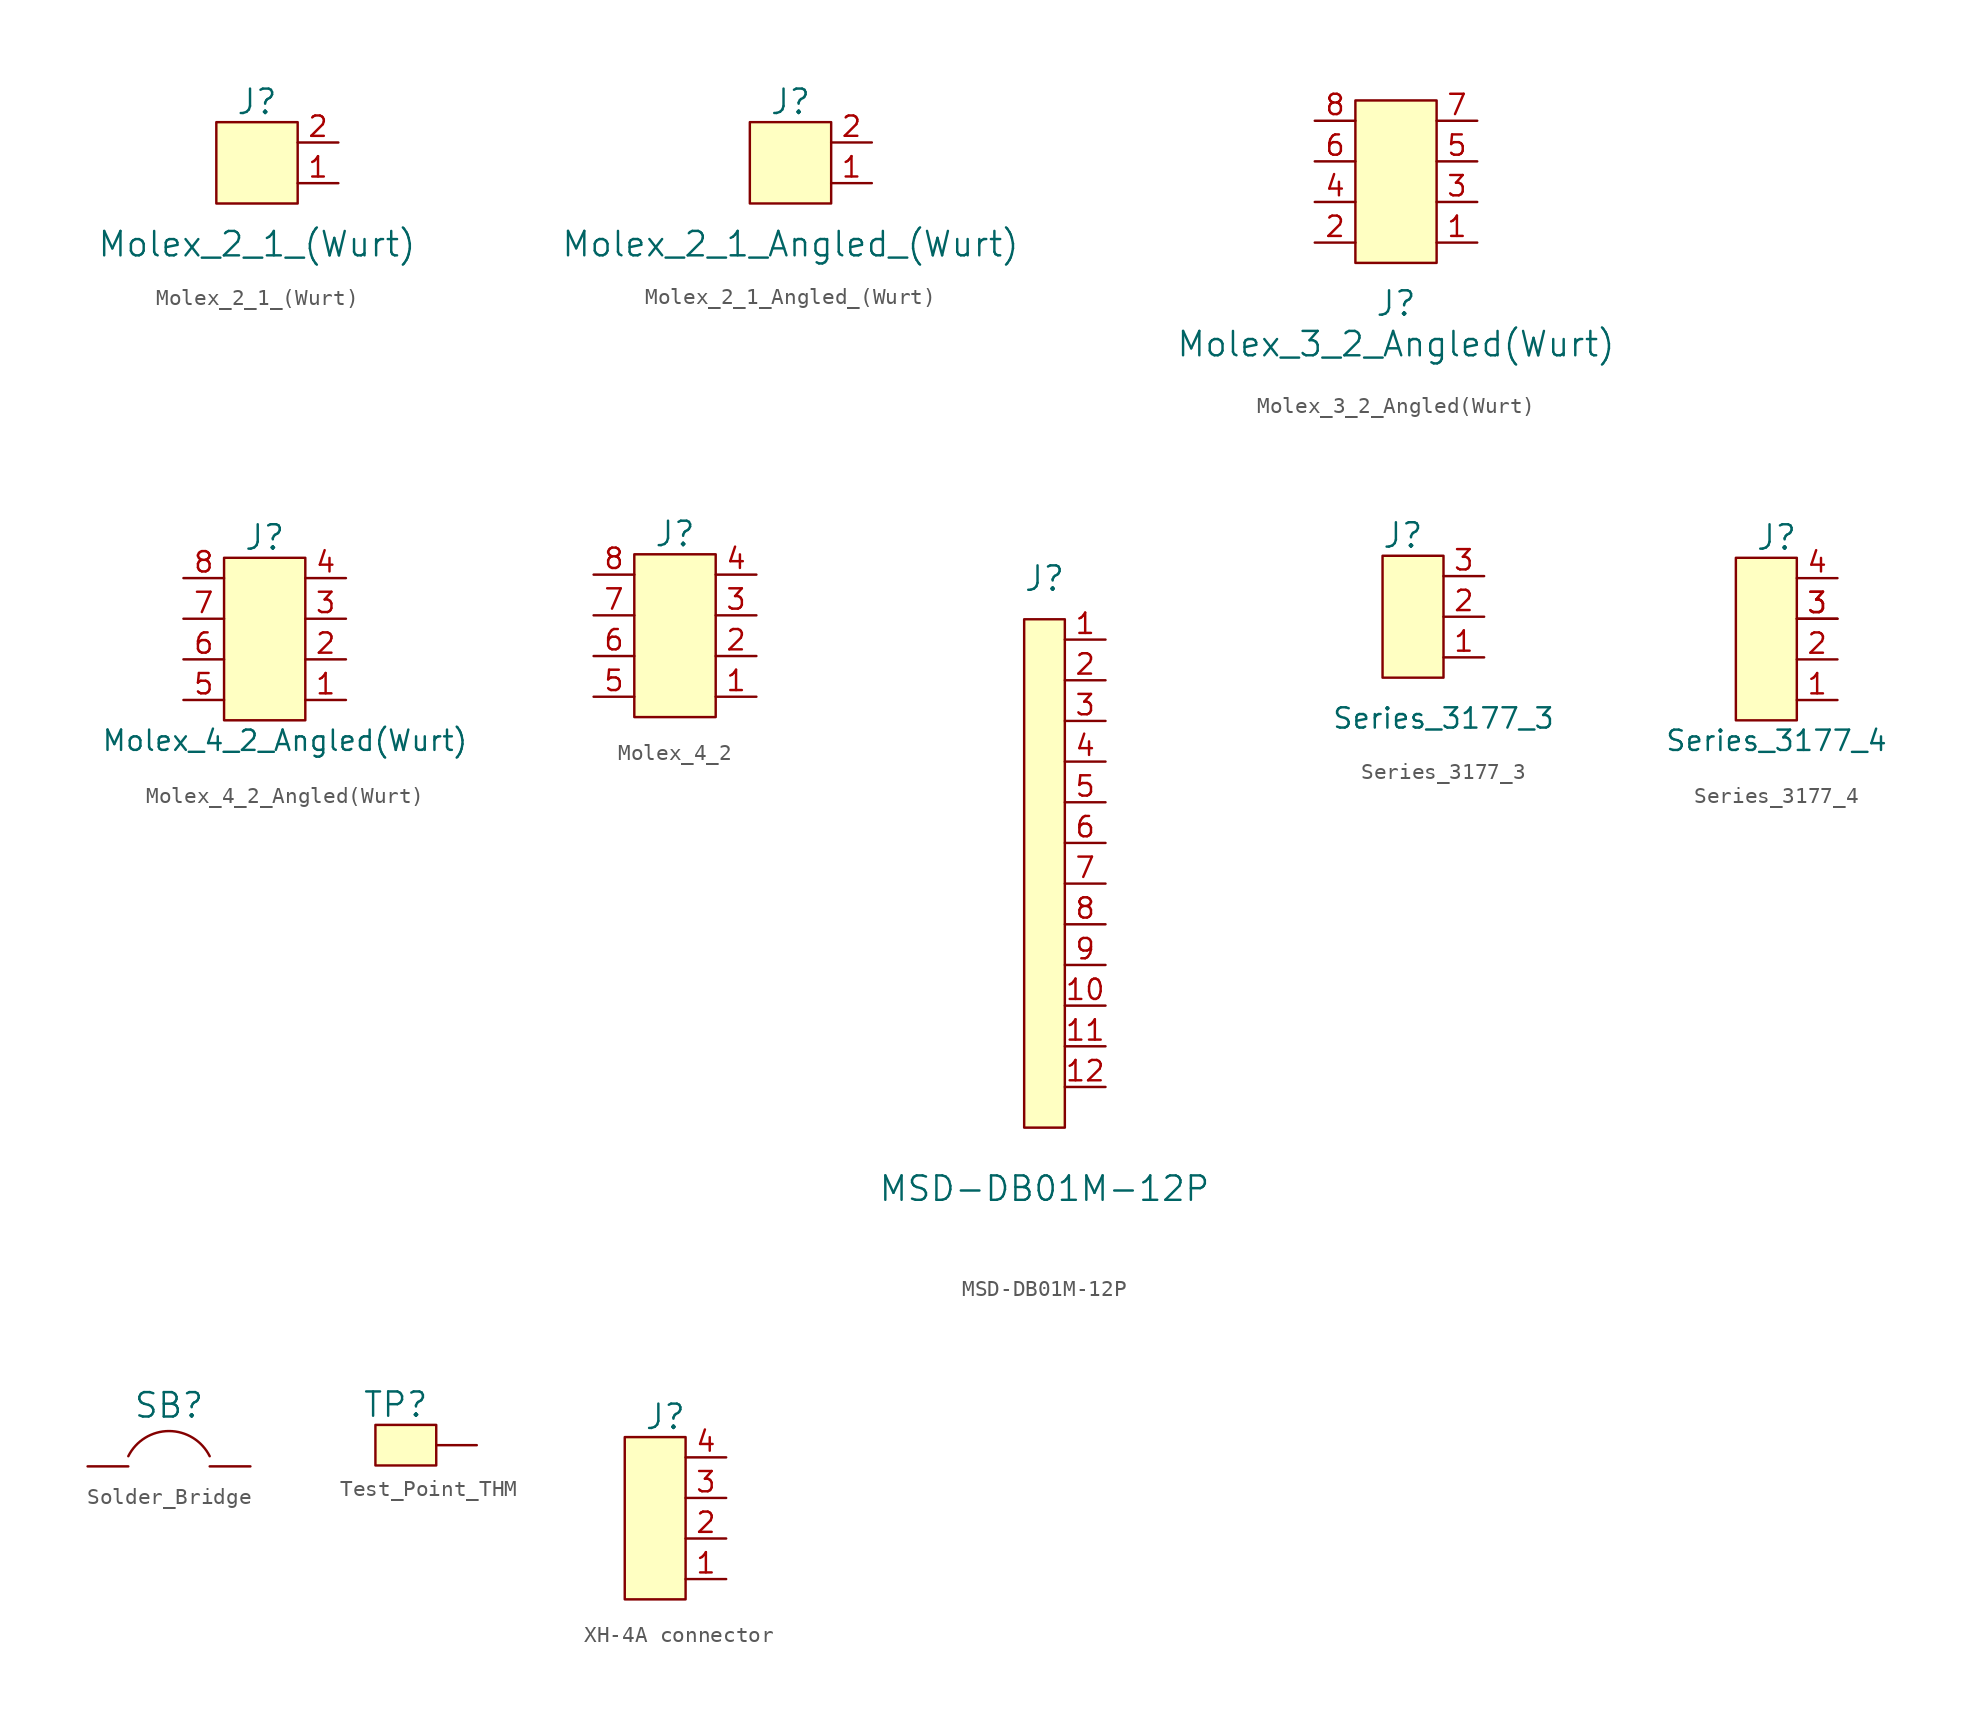
<source format=kicad_sym>
(kicad_symbol_lib
  (version 20220914)
  (generator kicad_symbol_editor)
  (symbol "Molex_2_1_(Wurt)"
    (pin_names
      (offset 0) hide)
    (property "Reference" "J"
      (at 0 5.08 0)
      (effects (font (size 1.524 1.524))))
    (property "Value" "Molex_2_1_(Wurt)"
      (at 0 -3.81 0)
      (effects (font (size 1.524 1.524))))
    (symbol "Molex_2_1_(Wurt)_0_1"
      (rectangle (start -2.54 3.81) (end 2.54 -1.27) (stroke (width 0) (type default)) (fill (type background))))
    (symbol "Molex_2_1_(Wurt)_1_1"
      (pin passive line (at 5.08 0 180) (length 2.54) (name "1" (effects (font (size 1.27 1.27)))) (number "1" (effects (font (size 1.27 1.27)))))
      (pin passive line (at 5.08 2.54 180) (length 2.54) (name "2" (effects (font (size 1.27 1.27)))) (number "2" (effects (font (size 1.27 1.27)))))))
  (symbol "Molex_2_1_Angled_(Wurt)"
    (pin_names
      (offset 0) hide)
    (property "Reference" "J"
      (at 0 5.08 0)
      (effects (font (size 1.524 1.524))))
    (property "Value" "Molex_2_1_Angled_(Wurt)"
      (at 0 -3.81 0)
      (effects (font (size 1.524 1.524))))
    (symbol "Molex_2_1_Angled_(Wurt)_0_1"
      (rectangle (start -2.54 3.81) (end 2.54 -1.27) (stroke (width 0) (type default)) (fill (type background))))
    (symbol "Molex_2_1_Angled_(Wurt)_1_1"
      (pin passive line (at 5.08 0 180) (length 2.54) (name "1" (effects (font (size 1.27 1.27)))) (number "1" (effects (font (size 1.27 1.27)))))
      (pin passive line (at 5.08 2.54 180) (length 2.54) (name "2" (effects (font (size 1.27 1.27)))) (number "2" (effects (font (size 1.27 1.27)))))))
  (symbol "Molex_3_2_Angled(Wurt)"
    (pin_names
      (offset 0) hide)
    (property "Reference" "J"
      (at 0 -3.81 0)
      (effects (font (size 1.524 1.524))))
    (property "Value" "Molex_3_2_Angled(Wurt)"
      (at 0 -6.35 0)
      (effects (font (size 1.524 1.524))))
    (symbol "Molex_3_2_Angled(Wurt)_0_0"
      (pin passive line (at 5.08 7.62 180) (length 2.54) (name "7" (effects (font (size 1.27 1.27)))) (number "7" (effects (font (size 1.27 1.27)))))
      (pin passive line (at -5.08 7.62 0) (length 2.54) (name "8" (effects (font (size 1.27 1.27)))) (number "8" (effects (font (size 1.27 1.27))))))
    (symbol "Molex_3_2_Angled(Wurt)_0_1"
      (rectangle (start -2.54 8.89) (end 2.54 -1.27) (stroke (width 0) (type default)) (fill (type background))))
    (symbol "Molex_3_2_Angled(Wurt)_1_1"
      (pin input line (at 5.08 0 180) (length 2.54) (name "1" (effects (font (size 1.27 1.27)))) (number "1" (effects (font (size 1.27 1.27)))))
      (pin input line (at -5.08 0 0) (length 2.54) (name "2" (effects (font (size 1.27 1.27)))) (number "2" (effects (font (size 1.27 1.27)))))
      (pin input line (at 5.08 2.54 180) (length 2.54) (name "3" (effects (font (size 1.27 1.27)))) (number "3" (effects (font (size 1.27 1.27)))))
      (pin input line (at -5.08 2.54 0) (length 2.54) (name "4" (effects (font (size 1.27 1.27)))) (number "4" (effects (font (size 1.27 1.27)))))
      (pin input line (at 5.08 5.08 180) (length 2.54) (name "5" (effects (font (size 1.27 1.27)))) (number "5" (effects (font (size 1.27 1.27)))))
      (pin input line (at -5.08 5.08 0) (length 2.54) (name "6" (effects (font (size 1.27 1.27)))) (number "6" (effects (font (size 1.27 1.27)))))))
  (symbol "Molex_4_2_Angled(Wurt)"
    (pin_names
      (offset 0) hide)
    (property "Reference" "J"
      (at -2.54 10.16 0)
      (effects (font (size 1.524 1.524))))
    (property "Value" "Molex_4_2_Angled(Wurt)"
      (at -1.27 -2.54 0)
      (effects (font (size 1.27 1.27))))
    (symbol "Molex_4_2_Angled(Wurt)_0_0"
      (rectangle (start -5.08 8.89) (end 0 -1.27) (stroke (width 0) (type default)) (fill (type background))))
    (symbol "Molex_4_2_Angled(Wurt)_1_1"
      (pin passive line (at 2.54 0 180) (length 2.54) (name "~" (effects (font (size 1.016 1.016)))) (number "1" (effects (font (size 1.27 1.27)))))
      (pin passive line (at 2.54 2.54 180) (length 2.54) (name "~" (effects (font (size 1.016 1.016)))) (number "2" (effects (font (size 1.27 1.27)))))
      (pin passive line (at 2.54 5.08 180) (length 2.54) (name "~" (effects (font (size 1.27 1.27)))) (number "3" (effects (font (size 1.27 1.27)))))
      (pin passive line (at 2.54 7.62 180) (length 2.54) (name "~" (effects (font (size 1.27 1.27)))) (number "4" (effects (font (size 1.27 1.27)))))
      (pin passive line (at -7.62 0 0) (length 2.54) (name "~" (effects (font (size 0.889 0.889)))) (number "5" (effects (font (size 1.27 1.27)))))
      (pin passive line (at -7.62 2.54 0) (length 2.54) (name "~" (effects (font (size 0.762 0.762)))) (number "6" (effects (font (size 1.27 1.27)))))
      (pin passive line (at -7.62 5.08 0) (length 2.54) (name "~" (effects (font (size 0.889 0.889)))) (number "7" (effects (font (size 1.27 1.27)))))
      (pin passive line (at -7.62 7.62 0) (length 2.54) (name "~" (effects (font (size 0.762 0.762)))) (number "8" (effects (font (size 1.27 1.27)))))))
  (symbol "Molex_4_2"
    (pin_names
      (offset 0) hide)
    (property "Reference" "J"
      (at -2.54 10.16 0)
      (effects (font (size 1.524 1.524))))
    (symbol "Molex_4_2_0_0"
      (rectangle (start -5.08 8.89) (end 0 -1.27) (stroke (width 0) (type default)) (fill (type background))))
    (symbol "Molex_4_2_1_1"
      (pin passive line (at 2.54 0 180) (length 2.54) (name "~" (effects (font (size 1.016 1.016)))) (number "1" (effects (font (size 1.27 1.27)))))
      (pin passive line (at 2.54 2.54 180) (length 2.54) (name "~" (effects (font (size 1.016 1.016)))) (number "2" (effects (font (size 1.27 1.27)))))
      (pin passive line (at 2.54 5.08 180) (length 2.54) (name "~" (effects (font (size 1.27 1.27)))) (number "3" (effects (font (size 1.27 1.27)))))
      (pin passive line (at 2.54 7.62 180) (length 2.54) (name "~" (effects (font (size 1.27 1.27)))) (number "4" (effects (font (size 1.27 1.27)))))
      (pin passive line (at -7.62 0 0) (length 2.54) (name "~" (effects (font (size 0.889 0.889)))) (number "5" (effects (font (size 1.27 1.27)))))
      (pin passive line (at -7.62 2.54 0) (length 2.54) (name "~" (effects (font (size 0.762 0.762)))) (number "6" (effects (font (size 1.27 1.27)))))
      (pin passive line (at -7.62 5.08 0) (length 2.54) (name "~" (effects (font (size 0.889 0.889)))) (number "7" (effects (font (size 1.27 1.27)))))
      (pin passive line (at -7.62 7.62 0) (length 2.54) (name "~" (effects (font (size 0.762 0.762)))) (number "8" (effects (font (size 1.27 1.27)))))))
  (symbol "MSD-DB01M-12P"
    (pin_names
      (offset 0) hide)
    (property "Reference" "J"
      (at 0 34.29 0)
      (effects (font (size 1.524 1.524))))
    (property "Value" "MSD-DB01M-12P"
      (at 0 -3.81 0)
      (effects (font (size 1.524 1.524))))
    (symbol "MSD-DB01M-12P_0_1"
      (rectangle (start -1.27 31.75) (end 1.27 0) (stroke (width 0) (type default)) (fill (type background))))
    (symbol "MSD-DB01M-12P_1_1"
      (pin passive line (at 3.81 30.48 180) (length 2.54) (name "1" (effects (font (size 1.27 1.27)))) (number "1" (effects (font (size 1.27 1.27)))))
      (pin passive line (at 3.81 7.62 180) (length 2.54) (name "10" (effects (font (size 1.27 1.27)))) (number "10" (effects (font (size 1.27 1.27)))))
      (pin passive line (at 3.81 5.08 180) (length 2.54) (name "11" (effects (font (size 1.27 1.27)))) (number "11" (effects (font (size 1.27 1.27)))))
      (pin passive line (at 3.81 2.54 180) (length 2.54) (name "12" (effects (font (size 1.27 1.27)))) (number "12" (effects (font (size 1.27 1.27)))))
      (pin passive line (at 3.81 27.94 180) (length 2.54) (name "2" (effects (font (size 1.27 1.27)))) (number "2" (effects (font (size 1.27 1.27)))))
      (pin passive line (at 3.81 25.4 180) (length 2.54) (name "3" (effects (font (size 1.27 1.27)))) (number "3" (effects (font (size 1.27 1.27)))))
      (pin passive line (at 3.81 22.86 180) (length 2.54) (name "4" (effects (font (size 1.27 1.27)))) (number "4" (effects (font (size 1.27 1.27)))))
      (pin passive line (at 3.81 20.32 180) (length 2.54) (name "5" (effects (font (size 1.27 1.27)))) (number "5" (effects (font (size 1.27 1.27)))))
      (pin passive line (at 3.81 17.78 180) (length 2.54) (name "6" (effects (font (size 1.27 1.27)))) (number "6" (effects (font (size 1.27 1.27)))))
      (pin passive line (at 3.81 15.24 180) (length 2.54) (name "7" (effects (font (size 1.27 1.27)))) (number "7" (effects (font (size 1.27 1.27)))))
      (pin passive line (at 3.81 12.7 180) (length 2.54) (name "8" (effects (font (size 1.27 1.27)))) (number "8" (effects (font (size 1.27 1.27)))))
      (pin passive line (at 3.81 10.16 180) (length 2.54) (name "9" (effects (font (size 1.27 1.27)))) (number "9" (effects (font (size 1.27 1.27)))))))
  (symbol "Series_3177_3"
    (pin_names
      (offset 0) hide)
    (property "Reference" "J"
      (at -2.54 7.62 0)
      (effects (font (size 1.524 1.524))))
    (property "Value" "Series_3177_3"
      (at 0 -3.81 0)
      (effects (font (size 1.27 1.27))))
    (symbol "Series_3177_3_0_0"
      (rectangle (start -3.81 6.35) (end 0 -1.27) (stroke (width 0) (type default)) (fill (type background))))
    (symbol "Series_3177_3_1_1"
      (pin passive line (at 2.54 0 180) (length 2.54) (name "~" (effects (font (size 1.016 1.016)))) (number "1" (effects (font (size 1.27 1.27)))))
      (pin passive line (at 2.54 2.54 180) (length 2.54) (name "~" (effects (font (size 1.27 1.27)))) (number "2" (effects (font (size 1.27 1.27)))))
      (pin passive line (at 2.54 5.08 180) (length 2.54) (name "~" (effects (font (size 1.27 1.27)))) (number "3" (effects (font (size 1.27 1.27)))))))
  (symbol "Series_3177_4"
    (pin_names
      (offset 0) hide)
    (property "Reference" "J"
      (at 0 8.89 0)
      (effects (font (size 1.524 1.524))))
    (property "Value" "Series_3177_4"
      (at 0 -3.81 0)
      (effects (font (size 1.27 1.27))))
    (symbol "Series_3177_4_0_1"
      (rectangle (start 1.27 -2.54) (end -2.54 7.62) (stroke (width 0) (type default)) (fill (type background))))
    (symbol "Series_3177_4_1_1"
      (pin passive line (at 3.81 -1.27 180) (length 2.54) (name "~" (effects (font (size 1.016 1.016)))) (number "1" (effects (font (size 1.27 1.27)))))
      (pin passive line (at 3.81 1.27 180) (length 2.54) (name "~" (effects (font (size 1.27 1.27)))) (number "2" (effects (font (size 1.27 1.27)))))
      (pin passive line (at 3.81 3.81 180) (length 2.54) (name "~" (effects (font (size 1.27 1.27)))) (number "3" (effects (font (size 1.27 1.27)))))
      (pin passive line (at 3.81 3.81 180) (length 2.54) (name "~" (effects (font (size 1.27 1.27)))) (number "3" (effects (font (size 1.27 1.27)))))
      (pin input line (at 3.81 6.35 180) (length 2.54) (name "~" (effects (font (size 1.27 1.27)))) (number "4" (effects (font (size 1.27 1.27)))))))
  (symbol "Solder_Bridge"
    (pin_numbers hide)
    (pin_names
      (offset 0) hide)
    (property "Reference" "SB"
      (at 0 3.81 0)
      (effects (font (size 1.524 1.524))))
    (symbol "Solder_Bridge_0_1"
      (arc (start 2.54 0.635) (mid 0 2.2048) (end -2.54 0.635) (stroke (width 0) (type default)) (fill (type none))))
    (symbol "Solder_Bridge_1_1"
      (pin passive line (at -5.08 0 0) (length 2.54) (name "1" (effects (font (size 1.27 1.27)))) (number "1" (effects (font (size 1.27 1.27)))))
      (pin passive line (at 5.08 0 180) (length 2.54) (name "2" (effects (font (size 1.27 1.27)))) (number "2" (effects (font (size 1.27 1.27)))))))
  (symbol "Test_Point_THM"
    (pin_numbers hide)
    (pin_names
      (offset 0) hide)
    (property "Reference" "TP"
      (at 0 2.54 0)
      (effects (font (size 1.524 1.524))))
    (symbol "Test_Point_THM_0_1"
      (rectangle (start -1.27 1.27) (end 2.54 -1.27) (stroke (width 0) (type default)) (fill (type background))))
    (symbol "Test_Point_THM_1_1"
      (pin input line (at 5.08 0 180) (length 2.54) (name "TP" (effects (font (size 1.27 1.27)))) (number "1" (effects (font (size 1.27 1.27)))))))
  (symbol "XH-4A connector"
    (pin_names
      (offset 0) hide)
    (property "Reference" "J"
      (at -1.27 10.16 0)
      (effects (font (size 1.524 1.524))))
    (symbol "XH-4A connector_0_0"
      (rectangle (start -3.81 8.89) (end 0 -1.27) (stroke (width 0) (type default)) (fill (type background))))
    (symbol "XH-4A connector_1_1"
      (pin passive line (at 2.54 0 180) (length 2.54) (name "~" (effects (font (size 1.016 1.016)))) (number "1" (effects (font (size 1.27 1.27)))))
      (pin passive line (at 2.54 2.54 180) (length 2.54) (name "~" (effects (font (size 1.27 1.27)))) (number "2" (effects (font (size 1.27 1.27)))))
      (pin passive line (at 2.54 5.08 180) (length 2.54) (name "~" (effects (font (size 1.27 1.27)))) (number "3" (effects (font (size 1.27 1.27)))))
      (pin passive line (at 2.54 7.62 180) (length 2.54) (name "~" (effects (font (size 1.27 1.27)))) (number "4" (effects (font (size 1.27 1.27))))))))
</source>
